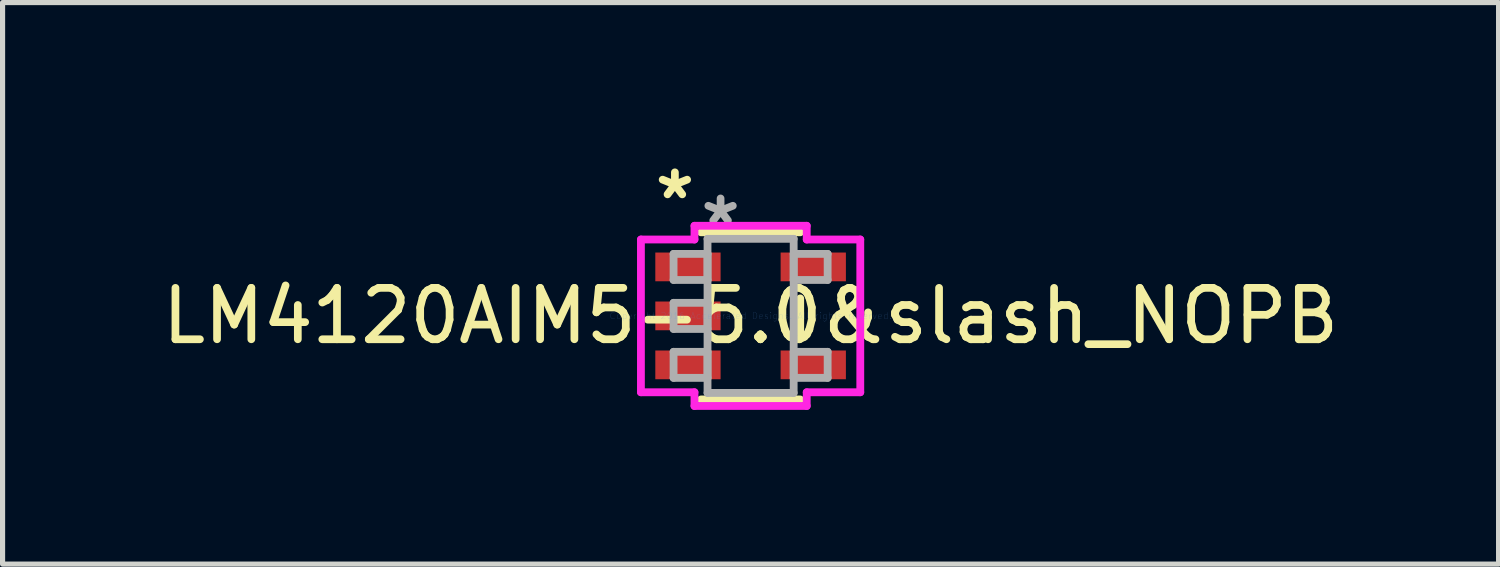
<source format=kicad_pcb>
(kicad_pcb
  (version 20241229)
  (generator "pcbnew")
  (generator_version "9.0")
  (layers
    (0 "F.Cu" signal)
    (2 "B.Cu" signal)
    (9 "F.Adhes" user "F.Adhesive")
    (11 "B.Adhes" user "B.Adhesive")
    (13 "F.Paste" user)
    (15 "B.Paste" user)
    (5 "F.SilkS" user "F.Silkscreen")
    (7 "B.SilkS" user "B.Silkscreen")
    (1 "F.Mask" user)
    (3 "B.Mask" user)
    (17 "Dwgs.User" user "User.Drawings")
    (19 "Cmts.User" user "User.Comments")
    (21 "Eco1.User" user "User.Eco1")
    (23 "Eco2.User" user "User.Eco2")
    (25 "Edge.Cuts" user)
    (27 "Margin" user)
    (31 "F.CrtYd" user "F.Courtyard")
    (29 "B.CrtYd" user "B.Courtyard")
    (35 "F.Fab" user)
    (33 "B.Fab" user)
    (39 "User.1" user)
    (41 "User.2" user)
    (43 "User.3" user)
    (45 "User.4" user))
  (footprint "LM4120AIM5-5.0&slash_NOPB"
    (layer "F.Cu")
    (at 11.554 3.096)
    (property "Reference" "LM4120AIM5-5.0&slash_NOPB" (at 0 0 0) (layer "F.SilkS") (effects (font (size 1 1) (thickness 0.15))))
    (attr through_hole)
    (fp_line (start -0.965 1.626) (end 0.965 1.626) (stroke (width 0.152) (type solid)) (layer "F.SilkS"))
    (fp_line (start 0.965 -1.626) (end -0.965 -1.626) (stroke (width 0.152) (type solid)) (layer "F.SilkS"))
    (fp_line (start 0.965 0.34) (end 0.965 -0.34) (stroke (width 0.152) (type solid)) (layer "F.SilkS"))
    (fp_line (start -2.134 -1.486) (end -1.092 -1.486) (stroke (width 0.152) (type solid)) (layer "F.CrtYd"))
    (fp_line (start -2.134 1.486) (end -2.134 -1.486) (stroke (width 0.152) (type solid)) (layer "F.CrtYd"))
    (fp_line (start -1.092 -1.753) (end 1.092 -1.753) (stroke (width 0.152) (type solid)) (layer "F.CrtYd"))
    (fp_line (start -1.092 -1.486) (end -1.092 -1.753) (stroke (width 0.152) (type solid)) (layer "F.CrtYd"))
    (fp_line (start -1.092 1.486) (end -2.134 1.486) (stroke (width 0.152) (type solid)) (layer "F.CrtYd"))
    (fp_line (start -1.092 1.753) (end -1.092 1.486) (stroke (width 0.152) (type solid)) (layer "F.CrtYd"))
    (fp_line (start 1.092 -1.753) (end 1.092 -1.486) (stroke (width 0.152) (type solid)) (layer "F.CrtYd"))
    (fp_line (start 1.092 -1.486) (end 2.134 -1.486) (stroke (width 0.152) (type solid)) (layer "F.CrtYd"))
    (fp_line (start 1.092 1.486) (end 1.092 1.753) (stroke (width 0.152) (type solid)) (layer "F.CrtYd"))
    (fp_line (start 1.092 1.753) (end -1.092 1.753) (stroke (width 0.152) (type solid)) (layer "F.CrtYd"))
    (fp_line (start 2.134 -1.486) (end 2.134 1.486) (stroke (width 0.152) (type solid)) (layer "F.CrtYd"))
    (fp_line (start 2.134 1.486) (end 1.092 1.486) (stroke (width 0.152) (type solid)) (layer "F.CrtYd"))
    (fp_line (start -1.499 -1.206) (end -1.499 -0.699) (stroke (width 0.152) (type solid)) (layer "F.Fab"))
    (fp_line (start -1.499 -0.699) (end -0.838 -0.699) (stroke (width 0.152) (type solid)) (layer "F.Fab"))
    (fp_line (start -1.499 -0.254) (end -1.499 0.254) (stroke (width 0.152) (type solid)) (layer "F.Fab"))
    (fp_line (start -1.499 0.254) (end -0.838 0.254) (stroke (width 0.152) (type solid)) (layer "F.Fab"))
    (fp_line (start -1.499 0.699) (end -1.499 1.206) (stroke (width 0.152) (type solid)) (layer "F.Fab"))
    (fp_line (start -1.499 1.206) (end -0.838 1.206) (stroke (width 0.152) (type solid)) (layer "F.Fab"))
    (fp_line (start -0.838 -1.499) (end -0.838 1.499) (stroke (width 0.152) (type solid)) (layer "F.Fab"))
    (fp_line (start -0.838 -1.206) (end -1.499 -1.206) (stroke (width 0.152) (type solid)) (layer "F.Fab"))
    (fp_line (start -0.838 -0.699) (end -0.838 -1.206) (stroke (width 0.152) (type solid)) (layer "F.Fab"))
    (fp_line (start -0.838 -0.254) (end -1.499 -0.254) (stroke (width 0.152) (type solid)) (layer "F.Fab"))
    (fp_line (start -0.838 0.254) (end -0.838 -0.254) (stroke (width 0.152) (type solid)) (layer "F.Fab"))
    (fp_line (start -0.838 0.699) (end -1.499 0.699) (stroke (width 0.152) (type solid)) (layer "F.Fab"))
    (fp_line (start -0.838 1.206) (end -0.838 0.699) (stroke (width 0.152) (type solid)) (layer "F.Fab"))
    (fp_line (start -0.838 1.499) (end 0.838 1.499) (stroke (width 0.152) (type solid)) (layer "F.Fab"))
    (fp_line (start 0.838 -1.499) (end -0.838 -1.499) (stroke (width 0.152) (type solid)) (layer "F.Fab"))
    (fp_line (start 0.838 -1.206) (end 0.838 -0.699) (stroke (width 0.152) (type solid)) (layer "F.Fab"))
    (fp_line (start 0.838 -0.699) (end 1.499 -0.699) (stroke (width 0.152) (type solid)) (layer "F.Fab"))
    (fp_line (start 0.838 0.699) (end 0.838 1.206) (stroke (width 0.152) (type solid)) (layer "F.Fab"))
    (fp_line (start 0.838 1.206) (end 1.499 1.206) (stroke (width 0.152) (type solid)) (layer "F.Fab"))
    (fp_line (start 0.838 1.499) (end 0.838 -1.499) (stroke (width 0.152) (type solid)) (layer "F.Fab"))
    (fp_line (start 1.499 -1.206) (end 0.838 -1.206) (stroke (width 0.152) (type solid)) (layer "F.Fab"))
    (fp_line (start 1.499 -0.699) (end 1.499 -1.206) (stroke (width 0.152) (type solid)) (layer "F.Fab"))
    (fp_line (start 1.499 0.699) (end 0.838 0.699) (stroke (width 0.152) (type solid)) (layer "F.Fab"))
    (fp_line (start 1.499 1.206) (end 1.499 0.699) (stroke (width 0.152) (type solid)) (layer "F.Fab"))
    (fp_text user "*" (at -1.473 -2.248 0) (layer "F.SilkS") (effects (font (size 1 1) (thickness 0.15))))
    (fp_text user "Copyright 2016 Accelerated Designs. All rights reserved." (at 0 0 0) (layer "Cmts.User") (effects (font (size 0.127 0.127) (thickness 0.002))))
    (fp_text user "*" (at -0.584 -1.74 0) (layer "F.Fab") (effects (font (size 1 1) (thickness 0.15))))
    (pad "1" smd rect (at -1.219 -0.953) (size 1.27 0.559) (layers "F.Cu" "F.Mask" "F.Paste"))
    (pad "2" smd rect (at -1.219 0) (size 1.27 0.559) (layers "F.Cu" "F.Mask" "F.Paste"))
    (pad "3" smd rect (at -1.219 0.953) (size 1.27 0.559) (layers "F.Cu" "F.Mask" "F.Paste"))
    (pad "4" smd rect (at 1.219 0.953) (size 1.27 0.559) (layers "F.Cu" "F.Mask" "F.Paste"))
    (pad "5" smd rect (at 1.219 -0.953) (size 1.27 0.559) (layers "F.Cu" "F.Mask" "F.Paste")))
  (gr_rect
    (start -3 -3)
    (end 26.107 7.925)
    (stroke (width 0.1) (type default))
    (fill no)
    (layer "Edge.Cuts")))
</source>
